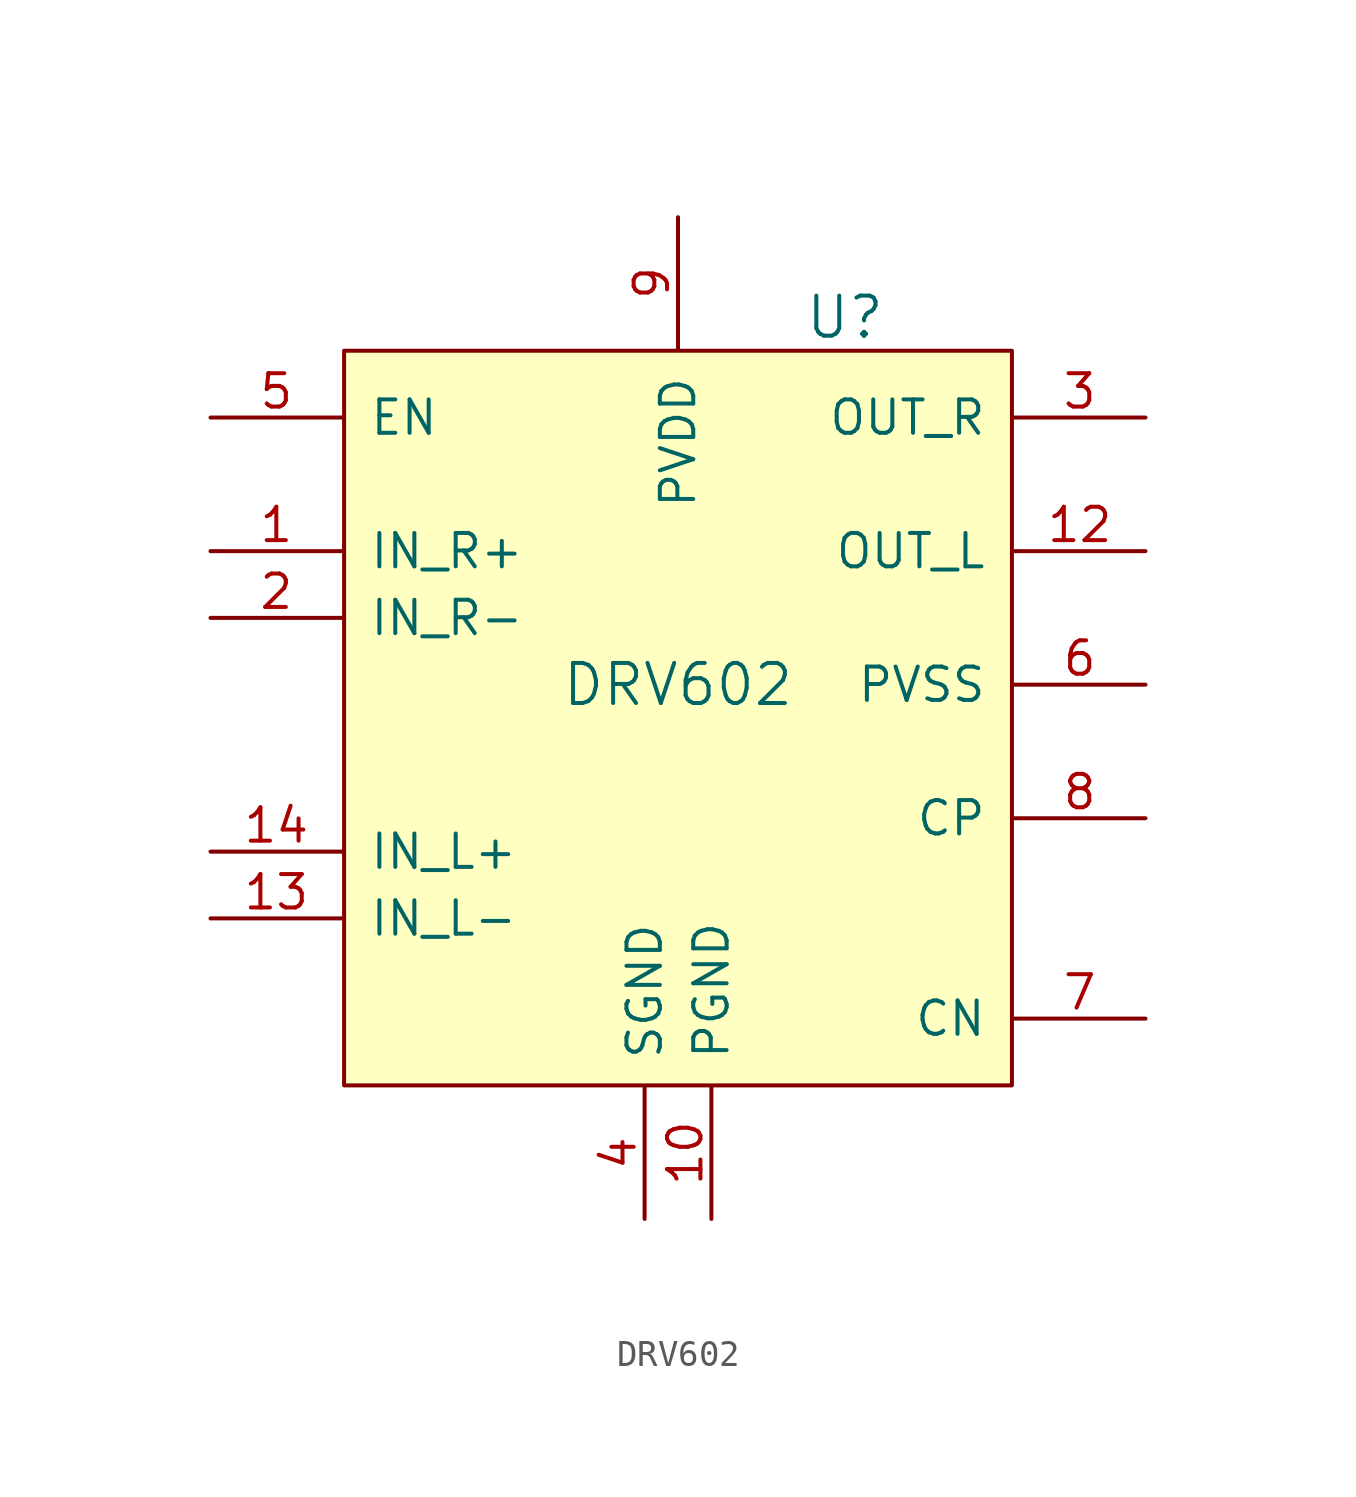
<source format=kicad_sym>
(kicad_symbol_lib
  (version 20211014)
  (generator kicad_symbol_editor)
  (symbol "DRV602"
    (pin_names
      (offset 1.016))
    (property "Reference" "U"
      (at 6.35 13.97 0)
      (effects (font (size 1.524 1.524))))
    (property "Value" "DRV602"
      (at 0 0 0)
      (effects (font (size 1.524 1.524))))
    (symbol "DRV602_0_1"
      (rectangle (start 12.7 12.7) (end -12.7 -15.24) (stroke (width 0) (type default) (color 0 0 0 0)) (fill (type background))))
    (symbol "DRV602_1_1"
      (pin input line (at -17.78 5.08 0) (length 5.004) (name "IN_R+" (effects (font (size 1.27 1.27)))) (number "1" (effects (font (size 1.27 1.27)))))
      (pin power_in line (at 1.27 -20.32 90) (length 5.004) (name "PGND" (effects (font (size 1.27 1.27)))) (number "10" (effects (font (size 1.27 1.27)))))
      (pin no_connect line (at 12.7 -13.97 180) (length 5.004) hide (name "NC" (effects (font (size 1.27 1.27)))) (number "11" (effects (font (size 1.27 1.27)))))
      (pin output line (at 17.78 5.08 180) (length 5.004) (name "OUT_L" (effects (font (size 1.27 1.27)))) (number "12" (effects (font (size 1.27 1.27)))))
      (pin input line (at -17.78 -8.89 0) (length 5.004) (name "IN_L-" (effects (font (size 1.27 1.27)))) (number "13" (effects (font (size 1.27 1.27)))))
      (pin input line (at -17.78 -6.35 0) (length 5.004) (name "IN_L+" (effects (font (size 1.27 1.27)))) (number "14" (effects (font (size 1.27 1.27)))))
      (pin input line (at -17.78 2.54 0) (length 5.004) (name "IN_R-" (effects (font (size 1.27 1.27)))) (number "2" (effects (font (size 1.27 1.27)))))
      (pin output line (at 17.78 10.16 180) (length 5.004) (name "OUT_R" (effects (font (size 1.27 1.27)))) (number "3" (effects (font (size 1.27 1.27)))))
      (pin power_in line (at -1.27 -20.32 90) (length 5.004) (name "SGND" (effects (font (size 1.27 1.27)))) (number "4" (effects (font (size 1.27 1.27)))))
      (pin input line (at -17.78 10.16 0) (length 5.004) (name "EN" (effects (font (size 1.27 1.27)))) (number "5" (effects (font (size 1.27 1.27)))))
      (pin power_out line (at 17.78 0 180) (length 5.004) (name "PVSS" (effects (font (size 1.27 1.27)))) (number "6" (effects (font (size 1.27 1.27)))))
      (pin power_in line (at 17.78 -12.7 180) (length 5.004) (name "CN" (effects (font (size 1.27 1.27)))) (number "7" (effects (font (size 1.27 1.27)))))
      (pin power_out line (at 17.78 -5.08 180) (length 5.004) (name "CP" (effects (font (size 1.27 1.27)))) (number "8" (effects (font (size 1.27 1.27)))))
      (pin power_in line (at 0 17.78 270) (length 5.004) (name "PVDD" (effects (font (size 1.27 1.27)))) (number "9" (effects (font (size 1.27 1.27))))))))
</source>
